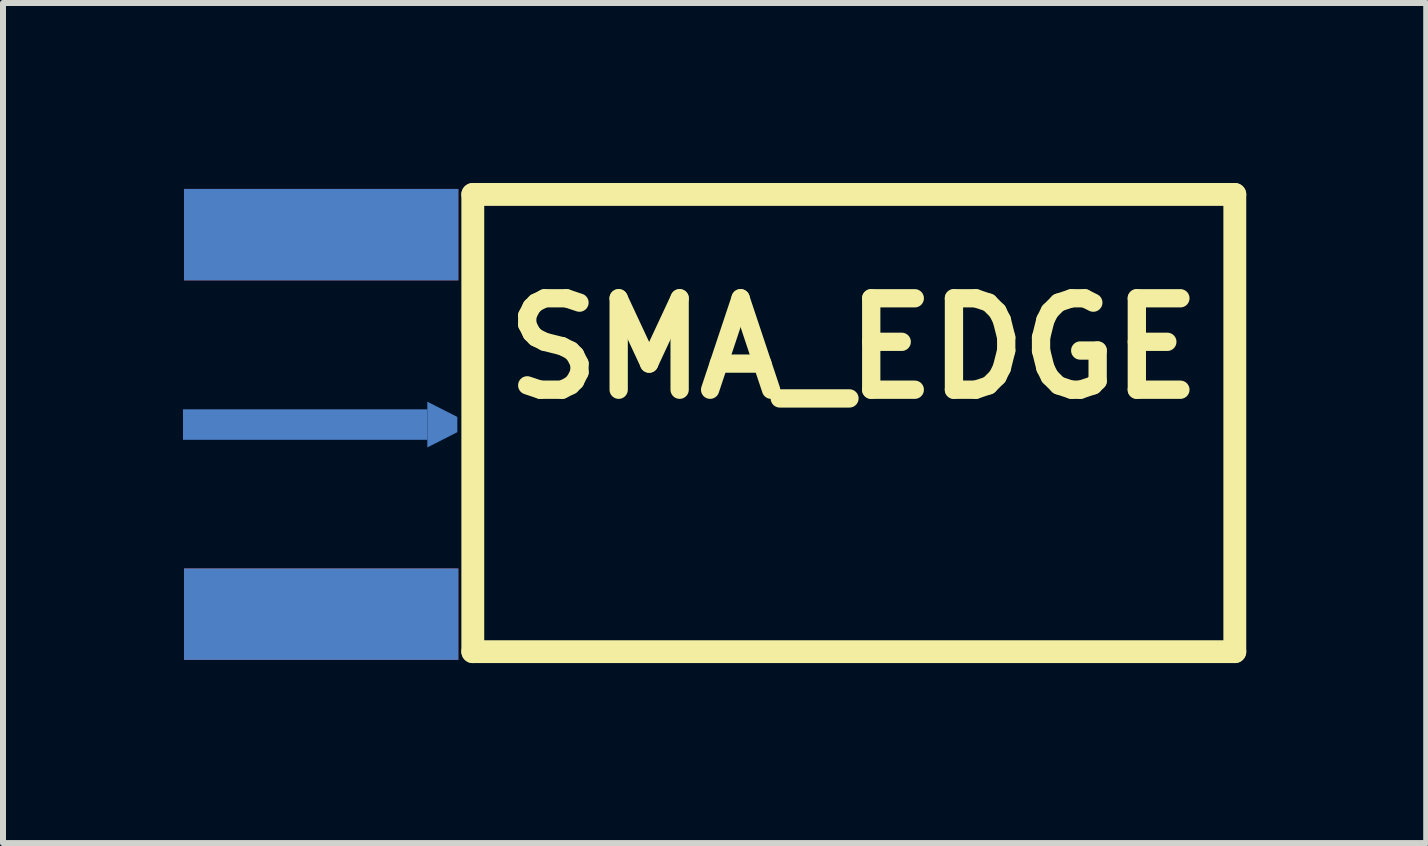
<source format=kicad_pcb>
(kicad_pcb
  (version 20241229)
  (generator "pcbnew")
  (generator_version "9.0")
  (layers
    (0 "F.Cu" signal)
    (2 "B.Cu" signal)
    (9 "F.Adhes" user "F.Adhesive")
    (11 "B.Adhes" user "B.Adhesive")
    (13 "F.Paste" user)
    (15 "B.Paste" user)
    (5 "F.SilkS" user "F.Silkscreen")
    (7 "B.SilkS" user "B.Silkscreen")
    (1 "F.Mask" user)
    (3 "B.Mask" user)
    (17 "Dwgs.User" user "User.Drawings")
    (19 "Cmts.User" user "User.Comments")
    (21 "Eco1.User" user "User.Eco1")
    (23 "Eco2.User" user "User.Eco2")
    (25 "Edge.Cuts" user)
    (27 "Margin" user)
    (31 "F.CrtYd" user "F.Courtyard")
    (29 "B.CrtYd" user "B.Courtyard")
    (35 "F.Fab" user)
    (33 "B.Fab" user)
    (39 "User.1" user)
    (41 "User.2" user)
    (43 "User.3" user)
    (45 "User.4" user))
  (footprint "SMA_EDGE"
    (layer "F.Cu")
    (at 11.18 2.756)
    (property "Reference" "SMA_EDGE" (at 0 0 0) (layer "F.SilkS") (effects (font (size 1.524 1.524) (thickness 0.305))))
    (attr through_hole)
    (fp_line (start -6.35 -2.565) (end -6.35 5.055) (stroke (width 0.381) (type solid)) (layer "F.SilkS"))
    (fp_line (start -6.35 5.055) (end 6.35 5.055) (stroke (width 0.381) (type solid)) (layer "F.SilkS"))
    (fp_line (start 6.35 -2.565) (end -6.35 -2.565) (stroke (width 0.381) (type solid)) (layer "F.SilkS"))
    (fp_line (start 6.35 5.055) (end 6.35 -2.565) (stroke (width 0.381) (type solid)) (layer "F.SilkS"))
    (pad "0" connect rect (at -8.877 -1.895) (size 4.572 1.524) (layers "*.Cu" "F.Mask"))
    (pad "1" connect rect (at -9.144 1.27) (size 4.072 0.508) (layers "F.Mask" "B.Cu"))
    (pad "1" connect trapezoid (at -6.858 1.27) (size 0.5 0.508) (rect_delta 0.254 0) (layers "F.Mask" "B.Cu"))
    (pad "2" connect rect (at -8.877 4.43) (size 4.572 1.524) (layers "*.Cu" "F.Mask")))
  (gr_rect
    (start -3 -3)
    (end 20.72 11.001)
    (stroke (width 0.1) (type default))
    (fill no)
    (layer "Edge.Cuts")))
</source>
